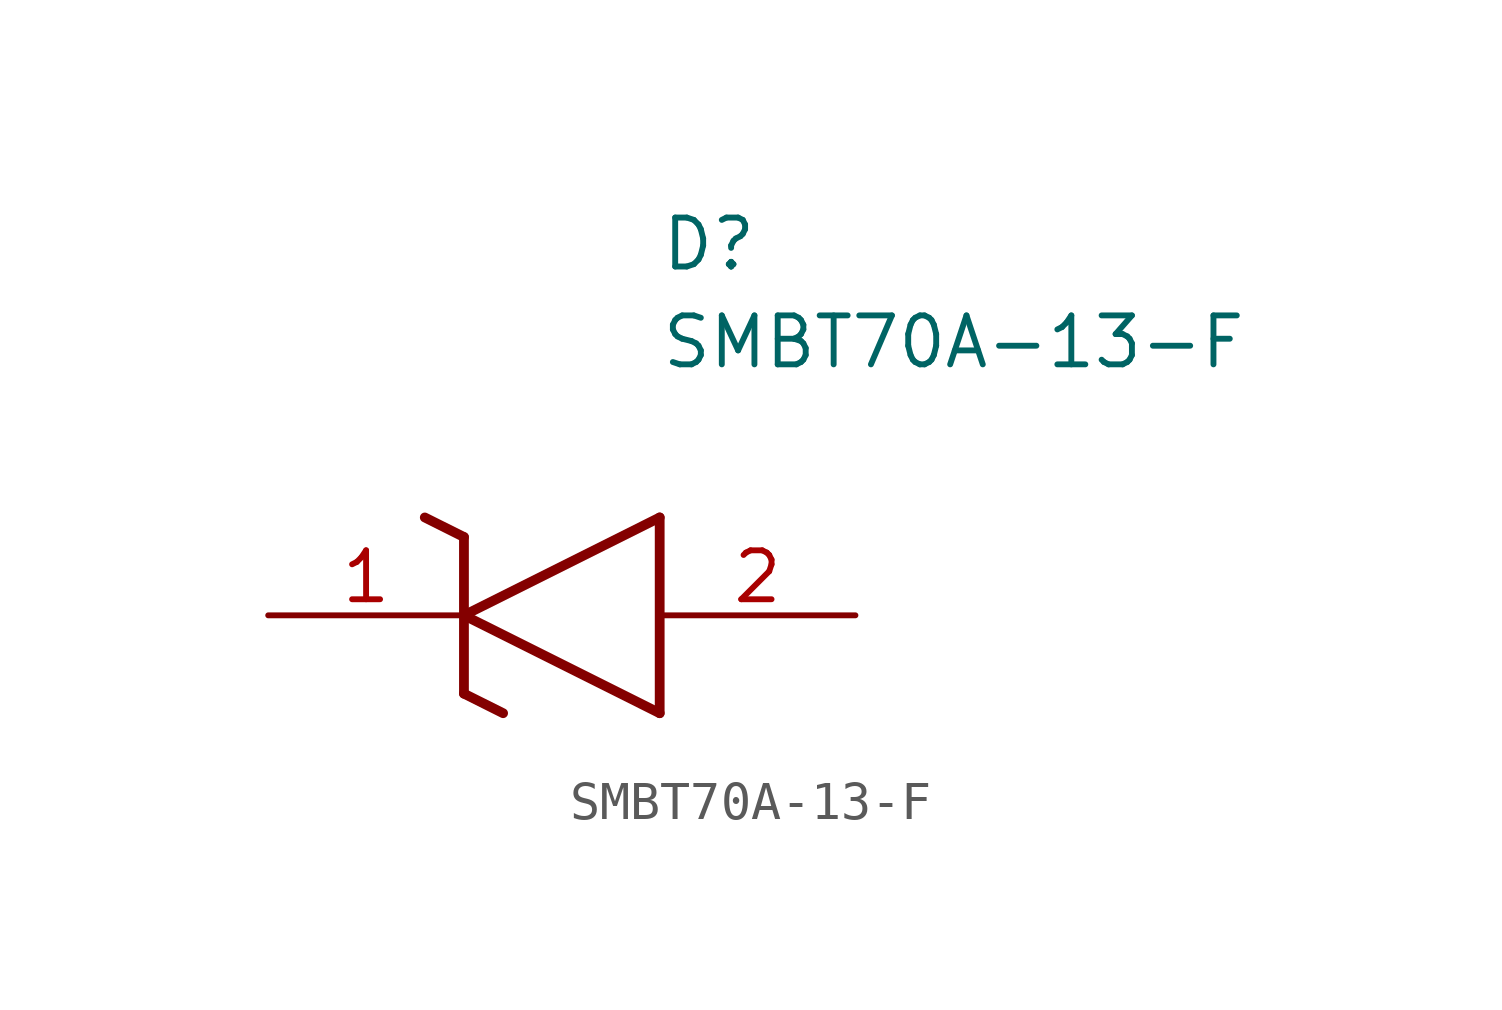
<source format=kicad_sym>
(kicad_symbol_lib
  (version 20211014)
  (generator SamacSys_ECAD_Model)
  (symbol "SMBT70A-13-F"
    (pin_names hide)
    (property "Reference" "D"
      (at 10.16 8.89 0)
      (effects (font (size 1.27 1.27)) (justify left bottom)))
    (property "Value" "SMBT70A-13-F"
      (at 10.16 6.35 0)
      (effects (font (size 1.27 1.27)) (justify left bottom)))
    (polyline
      (pts (xy 5.08 0) (xy 10.16 2.54))
      (stroke (width 0.254) (type default))
      (fill (type none)))
    (polyline
      (pts (xy 10.16 -2.54) (xy 10.16 2.54))
      (stroke (width 0.254) (type default))
      (fill (type none)))
    (polyline
      (pts (xy 10.16 -2.54) (xy 5.08 0))
      (stroke (width 0.254) (type default))
      (fill (type none)))
    (polyline
      (pts (xy 5.08 -2.032) (xy 6.096 -2.54))
      (stroke (width 0.254) (type default))
      (fill (type none)))
    (polyline
      (pts (xy 5.08 -2.032) (xy 5.08 2.032))
      (stroke (width 0.254) (type default))
      (fill (type none)))
    (polyline
      (pts (xy 4.064 2.54) (xy 5.08 2.032))
      (stroke (width 0.254) (type default))
      (fill (type none)))
    (pin passive line
      (at 0 0 0)
      (length 5.08)
      (name "K" (effects (font (size 1.27 1.27))))
      (number "1" (effects (font (size 1.27 1.27)))))
    (pin passive line
      (at 15.24 0 180)
      (length 5.08)
      (name "A" (effects (font (size 1.27 1.27))))
      (number "2" (effects (font (size 1.27 1.27)))))))
</source>
